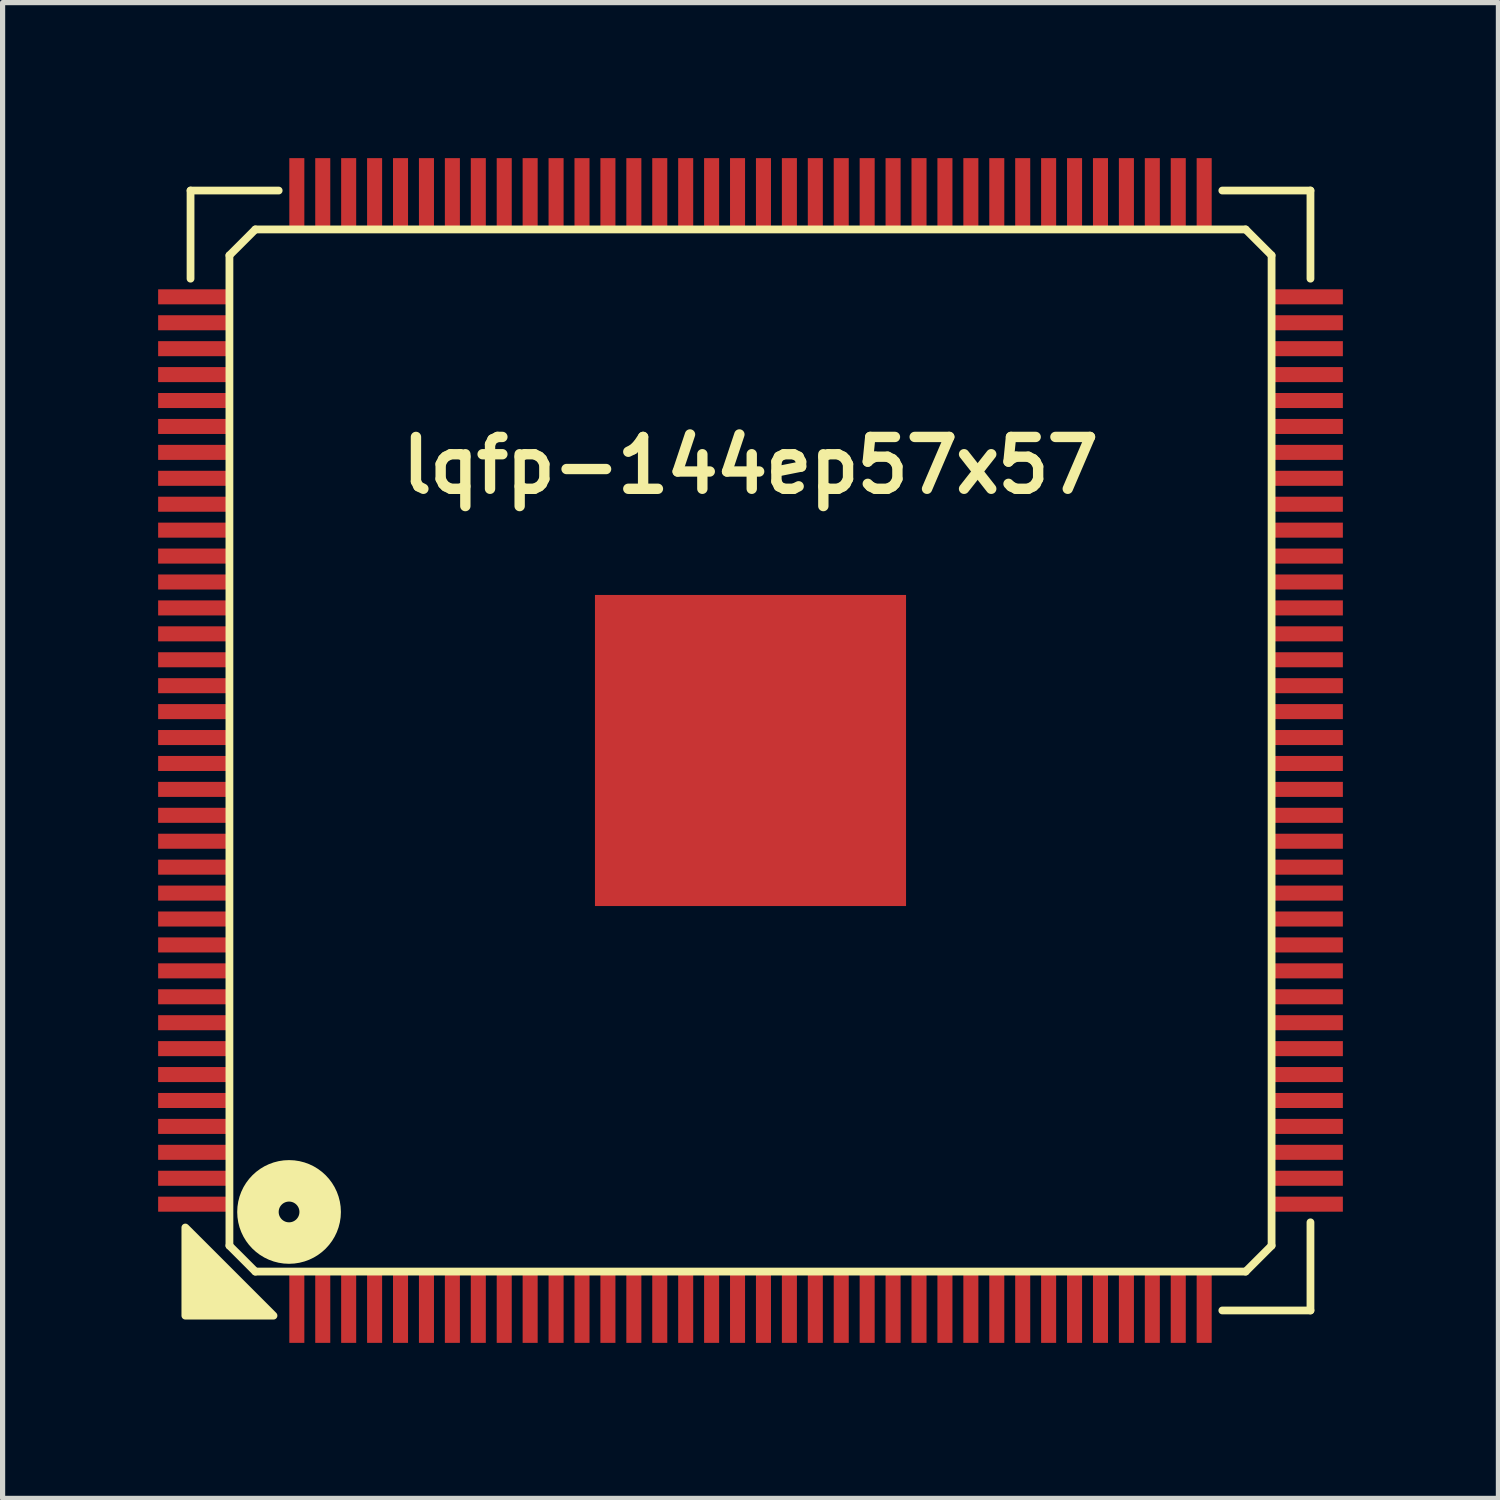
<source format=kicad_pcb>
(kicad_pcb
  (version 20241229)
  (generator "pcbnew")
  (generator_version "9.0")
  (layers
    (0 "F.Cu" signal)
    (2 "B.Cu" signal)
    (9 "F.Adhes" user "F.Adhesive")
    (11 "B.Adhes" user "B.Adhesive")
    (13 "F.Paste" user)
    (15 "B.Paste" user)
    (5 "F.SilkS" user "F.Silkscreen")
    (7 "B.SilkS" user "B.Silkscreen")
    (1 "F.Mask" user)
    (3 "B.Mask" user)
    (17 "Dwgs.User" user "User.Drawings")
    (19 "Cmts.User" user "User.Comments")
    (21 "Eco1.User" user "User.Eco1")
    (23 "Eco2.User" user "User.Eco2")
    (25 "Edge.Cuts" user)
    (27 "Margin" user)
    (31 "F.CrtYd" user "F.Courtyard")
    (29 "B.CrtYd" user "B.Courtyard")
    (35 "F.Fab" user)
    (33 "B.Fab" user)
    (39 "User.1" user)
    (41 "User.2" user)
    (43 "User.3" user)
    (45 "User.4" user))
  (footprint "lqfp-144ep57x57"
    (layer "F.Cu")
    (at 11.425 11.425)
    (property "Reference" "lqfp-144ep57x57" (at 0 -5.5 0) (layer "F.SilkS") (effects (font (size 1 1) (thickness 0.2))))
    (attr smd)
    (fp_line (start -10.8 -10.8) (end -9.1 -10.8) (stroke (width 0.15) (type solid)) (layer "F.SilkS"))
    (fp_line (start -10.8 -9.1) (end -10.8 -10.8) (stroke (width 0.15) (type solid)) (layer "F.SilkS"))
    (fp_line (start -10.05 -9.55) (end -9.55 -10.05) (stroke (width 0.15) (type solid)) (layer "F.SilkS"))
    (fp_line (start -10.05 9.55) (end -10.05 -9.55) (stroke (width 0.15) (type solid)) (layer "F.SilkS"))
    (fp_line (start -9.55 -10.05) (end 9.55 -10.05) (stroke (width 0.15) (type solid)) (layer "F.SilkS"))
    (fp_line (start -9.55 10.05) (end -10.05 9.55) (stroke (width 0.15) (type solid)) (layer "F.SilkS"))
    (fp_line (start 9.1 -10.8) (end 10.8 -10.8) (stroke (width 0.15) (type solid)) (layer "F.SilkS"))
    (fp_line (start 9.55 -10.05) (end 10.05 -9.55) (stroke (width 0.15) (type solid)) (layer "F.SilkS"))
    (fp_line (start 9.55 10.05) (end -9.55 10.05) (stroke (width 0.15) (type solid)) (layer "F.SilkS"))
    (fp_line (start 10.05 -9.55) (end 10.05 9.55) (stroke (width 0.15) (type solid)) (layer "F.SilkS"))
    (fp_line (start 10.05 9.55) (end 9.55 10.05) (stroke (width 0.15) (type solid)) (layer "F.SilkS"))
    (fp_line (start 10.8 -10.8) (end 10.8 -9.1) (stroke (width 0.15) (type solid)) (layer "F.SilkS"))
    (fp_line (start 10.8 9.1) (end 10.8 10.8) (stroke (width 0.15) (type solid)) (layer "F.SilkS"))
    (fp_line (start 10.8 10.8) (end 9.1 10.8) (stroke (width 0.15) (type solid)) (layer "F.SilkS"))
    (fp_circle (center -8.9 8.9) (end -8.7 8.9) (stroke (width 0.8) (type solid)) (fill no) (layer "F.SilkS"))
    (fp_poly (pts (xy -9.2 10.9) (xy -10.9 10.9) (xy -10.9 9.2)) (stroke (width 0.15) (type solid)) (fill yes) (layer "F.SilkS"))
    (pad "" smd rect (at -2 -2) (size 1.7 1.7) (layers "F.Paste"))
    (pad "" smd rect (at -2 0) (size 1.7 1.7) (layers "F.Paste"))
    (pad "" smd rect (at -2 2) (size 1.7 1.7) (layers "F.Paste"))
    (pad "" smd rect (at 0 -2) (size 1.7 1.7) (layers "F.Paste"))
    (pad "" smd rect (at 0 0) (size 1.7 1.7) (layers "F.Paste"))
    (pad "" smd rect (at 0 2) (size 1.7 1.7) (layers "F.Paste"))
    (pad "" smd rect (at 2 -2) (size 1.7 1.7) (layers "F.Paste"))
    (pad "" smd rect (at 2 0) (size 1.7 1.7) (layers "F.Paste"))
    (pad "" smd rect (at 2 2) (size 1.7 1.7) (layers "F.Paste"))
    (pad "1" smd rect (at -8.75 10.75) (size 0.29 1.35) (layers "F.Cu" "F.Mask" "F.Paste"))
    (pad "2" smd rect (at -8.25 10.75) (size 0.29 1.35) (layers "F.Cu" "F.Mask" "F.Paste"))
    (pad "3" smd rect (at -7.75 10.75) (size 0.29 1.35) (layers "F.Cu" "F.Mask" "F.Paste"))
    (pad "4" smd rect (at -7.25 10.75) (size 0.29 1.35) (layers "F.Cu" "F.Mask" "F.Paste"))
    (pad "5" smd rect (at -6.75 10.75) (size 0.29 1.35) (layers "F.Cu" "F.Mask" "F.Paste"))
    (pad "6" smd rect (at -6.25 10.75) (size 0.29 1.35) (layers "F.Cu" "F.Mask" "F.Paste"))
    (pad "7" smd rect (at -5.75 10.75) (size 0.29 1.35) (layers "F.Cu" "F.Mask" "F.Paste"))
    (pad "8" smd rect (at -5.25 10.75) (size 0.29 1.35) (layers "F.Cu" "F.Mask" "F.Paste"))
    (pad "9" smd rect (at -4.75 10.75) (size 0.29 1.35) (layers "F.Cu" "F.Mask" "F.Paste"))
    (pad "10" smd rect (at -4.25 10.75) (size 0.29 1.35) (layers "F.Cu" "F.Mask" "F.Paste"))
    (pad "11" smd rect (at -3.75 10.75) (size 0.29 1.35) (layers "F.Cu" "F.Mask" "F.Paste"))
    (pad "12" smd rect (at -3.25 10.75) (size 0.29 1.35) (layers "F.Cu" "F.Mask" "F.Paste"))
    (pad "13" smd rect (at -2.75 10.75) (size 0.29 1.35) (layers "F.Cu" "F.Mask" "F.Paste"))
    (pad "14" smd rect (at -2.25 10.75) (size 0.29 1.35) (layers "F.Cu" "F.Mask" "F.Paste"))
    (pad "15" smd rect (at -1.75 10.75) (size 0.29 1.35) (layers "F.Cu" "F.Mask" "F.Paste"))
    (pad "16" smd rect (at -1.25 10.75) (size 0.29 1.35) (layers "F.Cu" "F.Mask" "F.Paste"))
    (pad "17" smd rect (at -0.75 10.75) (size 0.29 1.35) (layers "F.Cu" "F.Mask" "F.Paste"))
    (pad "18" smd rect (at -0.25 10.75) (size 0.29 1.35) (layers "F.Cu" "F.Mask" "F.Paste"))
    (pad "19" smd rect (at 0.25 10.75) (size 0.29 1.35) (layers "F.Cu" "F.Mask" "F.Paste"))
    (pad "20" smd rect (at 0.75 10.75) (size 0.29 1.35) (layers "F.Cu" "F.Mask" "F.Paste"))
    (pad "21" smd rect (at 1.25 10.75) (size 0.29 1.35) (layers "F.Cu" "F.Mask" "F.Paste"))
    (pad "22" smd rect (at 1.75 10.75) (size 0.29 1.35) (layers "F.Cu" "F.Mask" "F.Paste"))
    (pad "23" smd rect (at 2.25 10.75) (size 0.29 1.35) (layers "F.Cu" "F.Mask" "F.Paste"))
    (pad "24" smd rect (at 2.75 10.75) (size 0.29 1.35) (layers "F.Cu" "F.Mask" "F.Paste"))
    (pad "25" smd rect (at 3.25 10.75) (size 0.29 1.35) (layers "F.Cu" "F.Mask" "F.Paste"))
    (pad "26" smd rect (at 3.75 10.75) (size 0.29 1.35) (layers "F.Cu" "F.Mask" "F.Paste"))
    (pad "27" smd rect (at 4.25 10.75) (size 0.29 1.35) (layers "F.Cu" "F.Mask" "F.Paste"))
    (pad "28" smd rect (at 4.75 10.75) (size 0.29 1.35) (layers "F.Cu" "F.Mask" "F.Paste"))
    (pad "29" smd rect (at 5.25 10.75) (size 0.29 1.35) (layers "F.Cu" "F.Mask" "F.Paste"))
    (pad "30" smd rect (at 5.75 10.75) (size 0.29 1.35) (layers "F.Cu" "F.Mask" "F.Paste"))
    (pad "31" smd rect (at 6.25 10.75) (size 0.29 1.35) (layers "F.Cu" "F.Mask" "F.Paste"))
    (pad "32" smd rect (at 6.75 10.75) (size 0.29 1.35) (layers "F.Cu" "F.Mask" "F.Paste"))
    (pad "33" smd rect (at 7.25 10.75) (size 0.29 1.35) (layers "F.Cu" "F.Mask" "F.Paste"))
    (pad "34" smd rect (at 7.75 10.75) (size 0.29 1.35) (layers "F.Cu" "F.Mask" "F.Paste"))
    (pad "35" smd rect (at 8.25 10.75) (size 0.29 1.35) (layers "F.Cu" "F.Mask" "F.Paste"))
    (pad "36" smd rect (at 8.75 10.75) (size 0.29 1.35) (layers "F.Cu" "F.Mask" "F.Paste"))
    (pad "37" smd rect (at 10.75 8.75) (size 1.35 0.29) (layers "F.Cu" "F.Mask" "F.Paste"))
    (pad "38" smd rect (at 10.75 8.25) (size 1.35 0.29) (layers "F.Cu" "F.Mask" "F.Paste"))
    (pad "39" smd rect (at 10.75 7.75) (size 1.35 0.29) (layers "F.Cu" "F.Mask" "F.Paste"))
    (pad "40" smd rect (at 10.75 7.25) (size 1.35 0.29) (layers "F.Cu" "F.Mask" "F.Paste"))
    (pad "41" smd rect (at 10.75 6.75) (size 1.35 0.29) (layers "F.Cu" "F.Mask" "F.Paste"))
    (pad "42" smd rect (at 10.75 6.25) (size 1.35 0.29) (layers "F.Cu" "F.Mask" "F.Paste"))
    (pad "43" smd rect (at 10.75 5.75) (size 1.35 0.29) (layers "F.Cu" "F.Mask" "F.Paste"))
    (pad "44" smd rect (at 10.75 5.25) (size 1.35 0.29) (layers "F.Cu" "F.Mask" "F.Paste"))
    (pad "45" smd rect (at 10.75 4.75) (size 1.35 0.29) (layers "F.Cu" "F.Mask" "F.Paste"))
    (pad "46" smd rect (at 10.75 4.25) (size 1.35 0.29) (layers "F.Cu" "F.Mask" "F.Paste"))
    (pad "47" smd rect (at 10.75 3.75) (size 1.35 0.29) (layers "F.Cu" "F.Mask" "F.Paste"))
    (pad "48" smd rect (at 10.75 3.25) (size 1.35 0.29) (layers "F.Cu" "F.Mask" "F.Paste"))
    (pad "49" smd rect (at 10.75 2.75) (size 1.35 0.29) (layers "F.Cu" "F.Mask" "F.Paste"))
    (pad "50" smd rect (at 10.75 2.25) (size 1.35 0.29) (layers "F.Cu" "F.Mask" "F.Paste"))
    (pad "51" smd rect (at 10.75 1.75) (size 1.35 0.29) (layers "F.Cu" "F.Mask" "F.Paste"))
    (pad "52" smd rect (at 10.75 1.25) (size 1.35 0.29) (layers "F.Cu" "F.Mask" "F.Paste"))
    (pad "53" smd rect (at 10.75 0.75) (size 1.35 0.29) (layers "F.Cu" "F.Mask" "F.Paste"))
    (pad "54" smd rect (at 10.75 0.25) (size 1.35 0.29) (layers "F.Cu" "F.Mask" "F.Paste"))
    (pad "55" smd rect (at 10.75 -0.25) (size 1.35 0.29) (layers "F.Cu" "F.Mask" "F.Paste"))
    (pad "56" smd rect (at 10.75 -0.75) (size 1.35 0.29) (layers "F.Cu" "F.Mask" "F.Paste"))
    (pad "57" smd rect (at 10.75 -1.25) (size 1.35 0.29) (layers "F.Cu" "F.Mask" "F.Paste"))
    (pad "58" smd rect (at 10.75 -1.75) (size 1.35 0.29) (layers "F.Cu" "F.Mask" "F.Paste"))
    (pad "59" smd rect (at 10.75 -2.25) (size 1.35 0.29) (layers "F.Cu" "F.Mask" "F.Paste"))
    (pad "60" smd rect (at 10.75 -2.75) (size 1.35 0.29) (layers "F.Cu" "F.Mask" "F.Paste"))
    (pad "61" smd rect (at 10.75 -3.25) (size 1.35 0.29) (layers "F.Cu" "F.Mask" "F.Paste"))
    (pad "62" smd rect (at 10.75 -3.75) (size 1.35 0.29) (layers "F.Cu" "F.Mask" "F.Paste"))
    (pad "63" smd rect (at 10.75 -4.25) (size 1.35 0.29) (layers "F.Cu" "F.Mask" "F.Paste"))
    (pad "64" smd rect (at 10.75 -4.75) (size 1.35 0.29) (layers "F.Cu" "F.Mask" "F.Paste"))
    (pad "65" smd rect (at 10.75 -5.25) (size 1.35 0.29) (layers "F.Cu" "F.Mask" "F.Paste"))
    (pad "66" smd rect (at 10.75 -5.75) (size 1.35 0.29) (layers "F.Cu" "F.Mask" "F.Paste"))
    (pad "67" smd rect (at 10.75 -6.25) (size 1.35 0.29) (layers "F.Cu" "F.Mask" "F.Paste"))
    (pad "68" smd rect (at 10.75 -6.75) (size 1.35 0.29) (layers "F.Cu" "F.Mask" "F.Paste"))
    (pad "69" smd rect (at 10.75 -7.25) (size 1.35 0.29) (layers "F.Cu" "F.Mask" "F.Paste"))
    (pad "70" smd rect (at 10.75 -7.75) (size 1.35 0.29) (layers "F.Cu" "F.Mask" "F.Paste"))
    (pad "71" smd rect (at 10.75 -8.25) (size 1.35 0.29) (layers "F.Cu" "F.Mask" "F.Paste"))
    (pad "72" smd rect (at 10.75 -8.75) (size 1.35 0.29) (layers "F.Cu" "F.Mask" "F.Paste"))
    (pad "73" smd rect (at 8.75 -10.75) (size 0.29 1.35) (layers "F.Cu" "F.Mask" "F.Paste"))
    (pad "74" smd rect (at 8.25 -10.75) (size 0.29 1.35) (layers "F.Cu" "F.Mask" "F.Paste"))
    (pad "75" smd rect (at 7.75 -10.75) (size 0.29 1.35) (layers "F.Cu" "F.Mask" "F.Paste"))
    (pad "76" smd rect (at 7.25 -10.75) (size 0.29 1.35) (layers "F.Cu" "F.Mask" "F.Paste"))
    (pad "77" smd rect (at 6.75 -10.75) (size 0.29 1.35) (layers "F.Cu" "F.Mask" "F.Paste"))
    (pad "78" smd rect (at 6.25 -10.75) (size 0.29 1.35) (layers "F.Cu" "F.Mask" "F.Paste"))
    (pad "79" smd rect (at 5.75 -10.75) (size 0.29 1.35) (layers "F.Cu" "F.Mask" "F.Paste"))
    (pad "80" smd rect (at 5.25 -10.75) (size 0.29 1.35) (layers "F.Cu" "F.Mask" "F.Paste"))
    (pad "81" smd rect (at 4.75 -10.75) (size 0.29 1.35) (layers "F.Cu" "F.Mask" "F.Paste"))
    (pad "82" smd rect (at 4.25 -10.75) (size 0.29 1.35) (layers "F.Cu" "F.Mask" "F.Paste"))
    (pad "83" smd rect (at 3.75 -10.75) (size 0.29 1.35) (layers "F.Cu" "F.Mask" "F.Paste"))
    (pad "84" smd rect (at 3.25 -10.75) (size 0.29 1.35) (layers "F.Cu" "F.Mask" "F.Paste"))
    (pad "85" smd rect (at 2.75 -10.75) (size 0.29 1.35) (layers "F.Cu" "F.Mask" "F.Paste"))
    (pad "86" smd rect (at 2.25 -10.75) (size 0.29 1.35) (layers "F.Cu" "F.Mask" "F.Paste"))
    (pad "87" smd rect (at 1.75 -10.75) (size 0.29 1.35) (layers "F.Cu" "F.Mask" "F.Paste"))
    (pad "88" smd rect (at 1.25 -10.75) (size 0.29 1.35) (layers "F.Cu" "F.Mask" "F.Paste"))
    (pad "89" smd rect (at 0.75 -10.75) (size 0.29 1.35) (layers "F.Cu" "F.Mask" "F.Paste"))
    (pad "90" smd rect (at 0.25 -10.75) (size 0.29 1.35) (layers "F.Cu" "F.Mask" "F.Paste"))
    (pad "91" smd rect (at -0.25 -10.75) (size 0.29 1.35) (layers "F.Cu" "F.Mask" "F.Paste"))
    (pad "92" smd rect (at -0.75 -10.75) (size 0.29 1.35) (layers "F.Cu" "F.Mask" "F.Paste"))
    (pad "93" smd rect (at -1.25 -10.75) (size 0.29 1.35) (layers "F.Cu" "F.Mask" "F.Paste"))
    (pad "94" smd rect (at -1.75 -10.75) (size 0.29 1.35) (layers "F.Cu" "F.Mask" "F.Paste"))
    (pad "95" smd rect (at -2.25 -10.75) (size 0.29 1.35) (layers "F.Cu" "F.Mask" "F.Paste"))
    (pad "96" smd rect (at -2.75 -10.75) (size 0.29 1.35) (layers "F.Cu" "F.Mask" "F.Paste"))
    (pad "97" smd rect (at -3.25 -10.75) (size 0.29 1.35) (layers "F.Cu" "F.Mask" "F.Paste"))
    (pad "98" smd rect (at -3.75 -10.75) (size 0.29 1.35) (layers "F.Cu" "F.Mask" "F.Paste"))
    (pad "99" smd rect (at -4.25 -10.75) (size 0.29 1.35) (layers "F.Cu" "F.Mask" "F.Paste"))
    (pad "100" smd rect (at -4.75 -10.75) (size 0.29 1.35) (layers "F.Cu" "F.Mask" "F.Paste"))
    (pad "101" smd rect (at -5.25 -10.75) (size 0.29 1.35) (layers "F.Cu" "F.Mask" "F.Paste"))
    (pad "102" smd rect (at -5.75 -10.75) (size 0.29 1.35) (layers "F.Cu" "F.Mask" "F.Paste"))
    (pad "103" smd rect (at -6.25 -10.75) (size 0.29 1.35) (layers "F.Cu" "F.Mask" "F.Paste"))
    (pad "104" smd rect (at -6.75 -10.75) (size 0.29 1.35) (layers "F.Cu" "F.Mask" "F.Paste"))
    (pad "105" smd rect (at -7.25 -10.75) (size 0.29 1.35) (layers "F.Cu" "F.Mask" "F.Paste"))
    (pad "106" smd rect (at -7.75 -10.75) (size 0.29 1.35) (layers "F.Cu" "F.Mask" "F.Paste"))
    (pad "107" smd rect (at -8.25 -10.75) (size 0.29 1.35) (layers "F.Cu" "F.Mask" "F.Paste"))
    (pad "108" smd rect (at -8.75 -10.75) (size 0.29 1.35) (layers "F.Cu" "F.Mask" "F.Paste"))
    (pad "109" smd rect (at -10.75 -8.75) (size 1.35 0.29) (layers "F.Cu" "F.Mask" "F.Paste"))
    (pad "110" smd rect (at -10.75 -8.25) (size 1.35 0.29) (layers "F.Cu" "F.Mask" "F.Paste"))
    (pad "111" smd rect (at -10.75 -7.75) (size 1.35 0.29) (layers "F.Cu" "F.Mask" "F.Paste"))
    (pad "112" smd rect (at -10.75 -7.25) (size 1.35 0.29) (layers "F.Cu" "F.Mask" "F.Paste"))
    (pad "113" smd rect (at -10.75 -6.75) (size 1.35 0.29) (layers "F.Cu" "F.Mask" "F.Paste"))
    (pad "114" smd rect (at -10.75 -6.25) (size 1.35 0.29) (layers "F.Cu" "F.Mask" "F.Paste"))
    (pad "115" smd rect (at -10.75 -5.75) (size 1.35 0.29) (layers "F.Cu" "F.Mask" "F.Paste"))
    (pad "116" smd rect (at -10.75 -5.25) (size 1.35 0.29) (layers "F.Cu" "F.Mask" "F.Paste"))
    (pad "117" smd rect (at -10.75 -4.75) (size 1.35 0.29) (layers "F.Cu" "F.Mask" "F.Paste"))
    (pad "118" smd rect (at -10.75 -4.25) (size 1.35 0.29) (layers "F.Cu" "F.Mask" "F.Paste"))
    (pad "119" smd rect (at -10.75 -3.75) (size 1.35 0.29) (layers "F.Cu" "F.Mask" "F.Paste"))
    (pad "120" smd rect (at -10.75 -3.25) (size 1.35 0.29) (layers "F.Cu" "F.Mask" "F.Paste"))
    (pad "121" smd rect (at -10.75 -2.75) (size 1.35 0.29) (layers "F.Cu" "F.Mask" "F.Paste"))
    (pad "122" smd rect (at -10.75 -2.25) (size 1.35 0.29) (layers "F.Cu" "F.Mask" "F.Paste"))
    (pad "123" smd rect (at -10.75 -1.75) (size 1.35 0.29) (layers "F.Cu" "F.Mask" "F.Paste"))
    (pad "124" smd rect (at -10.75 -1.25) (size 1.35 0.29) (layers "F.Cu" "F.Mask" "F.Paste"))
    (pad "125" smd rect (at -10.75 -0.75) (size 1.35 0.29) (layers "F.Cu" "F.Mask" "F.Paste"))
    (pad "126" smd rect (at -10.75 -0.25) (size 1.35 0.29) (layers "F.Cu" "F.Mask" "F.Paste"))
    (pad "127" smd rect (at -10.75 0.25) (size 1.35 0.29) (layers "F.Cu" "F.Mask" "F.Paste"))
    (pad "128" smd rect (at -10.75 0.75) (size 1.35 0.29) (layers "F.Cu" "F.Mask" "F.Paste"))
    (pad "129" smd rect (at -10.75 1.25) (size 1.35 0.29) (layers "F.Cu" "F.Mask" "F.Paste"))
    (pad "130" smd rect (at -10.75 1.75) (size 1.35 0.29) (layers "F.Cu" "F.Mask" "F.Paste"))
    (pad "131" smd rect (at -10.75 2.25) (size 1.35 0.29) (layers "F.Cu" "F.Mask" "F.Paste"))
    (pad "132" smd rect (at -10.75 2.75) (size 1.35 0.29) (layers "F.Cu" "F.Mask" "F.Paste"))
    (pad "133" smd rect (at -10.75 3.25) (size 1.35 0.29) (layers "F.Cu" "F.Mask" "F.Paste"))
    (pad "134" smd rect (at -10.75 3.75) (size 1.35 0.29) (layers "F.Cu" "F.Mask" "F.Paste"))
    (pad "135" smd rect (at -10.75 4.25) (size 1.35 0.29) (layers "F.Cu" "F.Mask" "F.Paste"))
    (pad "136" smd rect (at -10.75 4.75) (size 1.35 0.29) (layers "F.Cu" "F.Mask" "F.Paste"))
    (pad "137" smd rect (at -10.75 5.25) (size 1.35 0.29) (layers "F.Cu" "F.Mask" "F.Paste"))
    (pad "138" smd rect (at -10.75 5.75) (size 1.35 0.29) (layers "F.Cu" "F.Mask" "F.Paste"))
    (pad "139" smd rect (at -10.75 6.25) (size 1.35 0.29) (layers "F.Cu" "F.Mask" "F.Paste"))
    (pad "140" smd rect (at -10.75 6.75) (size 1.35 0.29) (layers "F.Cu" "F.Mask" "F.Paste"))
    (pad "141" smd rect (at -10.75 7.25) (size 1.35 0.29) (layers "F.Cu" "F.Mask" "F.Paste"))
    (pad "142" smd rect (at -10.75 7.75) (size 1.35 0.29) (layers "F.Cu" "F.Mask" "F.Paste"))
    (pad "143" smd rect (at -10.75 8.25) (size 1.35 0.29) (layers "F.Cu" "F.Mask" "F.Paste"))
    (pad "144" smd rect (at -10.75 8.75) (size 1.35 0.29) (layers "F.Cu" "F.Mask" "F.Paste"))
    (pad "145" smd rect (at 0 0) (size 6 6) (layers "F.Cu" "F.Mask")))
  (gr_rect
    (start -3 -3)
    (end 25.85 25.85)
    (stroke (width 0.1) (type default))
    (fill no)
    (layer "Edge.Cuts")))
</source>
